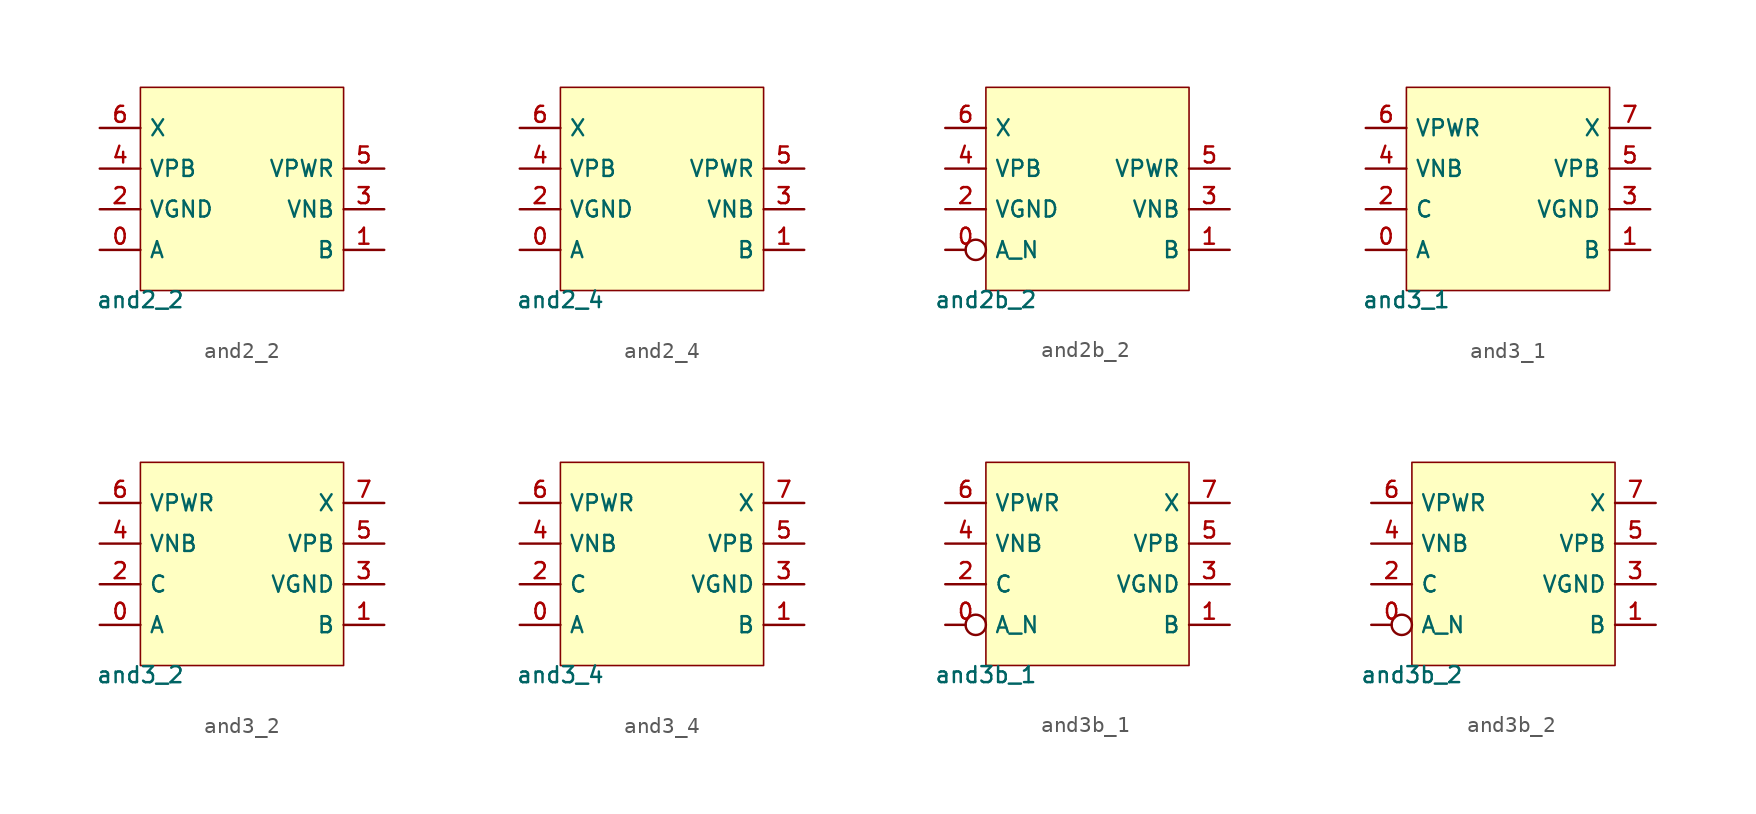
<source format=kicad_sym>
(kicad_symbol_lib
  (version 20211014)
  (generator pdk2kicad)
  (symbol "and2_2"
    (property "Reference" "X"
      (at 0 0 0)
      (effects (font (size 1 1)) hide))
    (property "Value" "and2_2"
      (at -6.35 -6.35 0)
      (effects (font (size 1 1)) (justify top)))
    (rectangle
      (start -6.35 -6.35)
      (end 6.35 6.35)
      (stroke (width 0.1) (type solid) (color 0 0 0 0))
      (fill (type background)))
    (pin bidirectional line
      (at -8.89 -3.81 0)
      (length 2.54)
      (name "A" (effects (font (size 1 1)) hide))
      (number "0" (effects (font (size 1 1)) hide)))
    (pin bidirectional line
      (at 8.89 -3.81 180)
      (length 2.54)
      (name "B" (effects (font (size 1 1)) hide))
      (number "1" (effects (font (size 1 1)) hide)))
    (pin bidirectional line
      (at -8.89 -1.27 0)
      (length 2.54)
      (name "VGND" (effects (font (size 1 1)) hide))
      (number "2" (effects (font (size 1 1)) hide)))
    (pin bidirectional line
      (at 8.89 -1.27 180)
      (length 2.54)
      (name "VNB" (effects (font (size 1 1)) hide))
      (number "3" (effects (font (size 1 1)) hide)))
    (pin bidirectional line
      (at -8.89 1.27 0)
      (length 2.54)
      (name "VPB" (effects (font (size 1 1)) hide))
      (number "4" (effects (font (size 1 1)) hide)))
    (pin bidirectional line
      (at 8.89 1.27 180)
      (length 2.54)
      (name "VPWR" (effects (font (size 1 1)) hide))
      (number "5" (effects (font (size 1 1)) hide)))
    (pin bidirectional line
      (at -8.89 3.81 0)
      (length 2.54)
      (name "X" (effects (font (size 1 1)) hide))
      (number "6" (effects (font (size 1 1)) hide))))
  (symbol "and2_4"
    (property "Reference" "X"
      (at 0 0 0)
      (effects (font (size 1 1)) hide))
    (property "Value" "and2_4"
      (at -6.35 -6.35 0)
      (effects (font (size 1 1)) (justify top)))
    (rectangle
      (start -6.35 -6.35)
      (end 6.35 6.35)
      (stroke (width 0.1) (type solid) (color 0 0 0 0))
      (fill (type background)))
    (pin bidirectional line
      (at -8.89 -3.81 0)
      (length 2.54)
      (name "A" (effects (font (size 1 1)) hide))
      (number "0" (effects (font (size 1 1)) hide)))
    (pin bidirectional line
      (at 8.89 -3.81 180)
      (length 2.54)
      (name "B" (effects (font (size 1 1)) hide))
      (number "1" (effects (font (size 1 1)) hide)))
    (pin bidirectional line
      (at -8.89 -1.27 0)
      (length 2.54)
      (name "VGND" (effects (font (size 1 1)) hide))
      (number "2" (effects (font (size 1 1)) hide)))
    (pin bidirectional line
      (at 8.89 -1.27 180)
      (length 2.54)
      (name "VNB" (effects (font (size 1 1)) hide))
      (number "3" (effects (font (size 1 1)) hide)))
    (pin bidirectional line
      (at -8.89 1.27 0)
      (length 2.54)
      (name "VPB" (effects (font (size 1 1)) hide))
      (number "4" (effects (font (size 1 1)) hide)))
    (pin bidirectional line
      (at 8.89 1.27 180)
      (length 2.54)
      (name "VPWR" (effects (font (size 1 1)) hide))
      (number "5" (effects (font (size 1 1)) hide)))
    (pin bidirectional line
      (at -8.89 3.81 0)
      (length 2.54)
      (name "X" (effects (font (size 1 1)) hide))
      (number "6" (effects (font (size 1 1)) hide))))
  (symbol "and2b_2"
    (property "Reference" "X"
      (at 0 0 0)
      (effects (font (size 1 1)) hide))
    (property "Value" "and2b_2"
      (at -6.35 -6.35 0)
      (effects (font (size 1 1)) (justify top)))
    (rectangle
      (start -6.35 -6.35)
      (end 6.35 6.35)
      (stroke (width 0.1) (type solid) (color 0 0 0 0))
      (fill (type background)))
    (pin bidirectional inverted
      (at -8.89 -3.81 0)
      (length 2.54)
      (name "A_N" (effects (font (size 1 1)) hide))
      (number "0" (effects (font (size 1 1)) hide)))
    (pin bidirectional line
      (at 8.89 -3.81 180)
      (length 2.54)
      (name "B" (effects (font (size 1 1)) hide))
      (number "1" (effects (font (size 1 1)) hide)))
    (pin bidirectional line
      (at -8.89 -1.27 0)
      (length 2.54)
      (name "VGND" (effects (font (size 1 1)) hide))
      (number "2" (effects (font (size 1 1)) hide)))
    (pin bidirectional line
      (at 8.89 -1.27 180)
      (length 2.54)
      (name "VNB" (effects (font (size 1 1)) hide))
      (number "3" (effects (font (size 1 1)) hide)))
    (pin bidirectional line
      (at -8.89 1.27 0)
      (length 2.54)
      (name "VPB" (effects (font (size 1 1)) hide))
      (number "4" (effects (font (size 1 1)) hide)))
    (pin bidirectional line
      (at 8.89 1.27 180)
      (length 2.54)
      (name "VPWR" (effects (font (size 1 1)) hide))
      (number "5" (effects (font (size 1 1)) hide)))
    (pin bidirectional line
      (at -8.89 3.81 0)
      (length 2.54)
      (name "X" (effects (font (size 1 1)) hide))
      (number "6" (effects (font (size 1 1)) hide))))
  (symbol "and3_1"
    (property "Reference" "X"
      (at 0 0 0)
      (effects (font (size 1 1)) hide))
    (property "Value" "and3_1"
      (at -6.35 -6.35 0)
      (effects (font (size 1 1)) (justify top)))
    (rectangle
      (start -6.35 -6.35)
      (end 6.35 6.35)
      (stroke (width 0.1) (type solid) (color 0 0 0 0))
      (fill (type background)))
    (pin bidirectional line
      (at -8.89 -3.81 0)
      (length 2.54)
      (name "A" (effects (font (size 1 1)) hide))
      (number "0" (effects (font (size 1 1)) hide)))
    (pin bidirectional line
      (at 8.89 -3.81 180)
      (length 2.54)
      (name "B" (effects (font (size 1 1)) hide))
      (number "1" (effects (font (size 1 1)) hide)))
    (pin bidirectional line
      (at -8.89 -1.27 0)
      (length 2.54)
      (name "C" (effects (font (size 1 1)) hide))
      (number "2" (effects (font (size 1 1)) hide)))
    (pin bidirectional line
      (at 8.89 -1.27 180)
      (length 2.54)
      (name "VGND" (effects (font (size 1 1)) hide))
      (number "3" (effects (font (size 1 1)) hide)))
    (pin bidirectional line
      (at -8.89 1.27 0)
      (length 2.54)
      (name "VNB" (effects (font (size 1 1)) hide))
      (number "4" (effects (font (size 1 1)) hide)))
    (pin bidirectional line
      (at 8.89 1.27 180)
      (length 2.54)
      (name "VPB" (effects (font (size 1 1)) hide))
      (number "5" (effects (font (size 1 1)) hide)))
    (pin bidirectional line
      (at -8.89 3.81 0)
      (length 2.54)
      (name "VPWR" (effects (font (size 1 1)) hide))
      (number "6" (effects (font (size 1 1)) hide)))
    (pin bidirectional line
      (at 8.89 3.81 180)
      (length 2.54)
      (name "X" (effects (font (size 1 1)) hide))
      (number "7" (effects (font (size 1 1)) hide))))
  (symbol "and3_2"
    (property "Reference" "X"
      (at 0 0 0)
      (effects (font (size 1 1)) hide))
    (property "Value" "and3_2"
      (at -6.35 -6.35 0)
      (effects (font (size 1 1)) (justify top)))
    (rectangle
      (start -6.35 -6.35)
      (end 6.35 6.35)
      (stroke (width 0.1) (type solid) (color 0 0 0 0))
      (fill (type background)))
    (pin bidirectional line
      (at -8.89 -3.81 0)
      (length 2.54)
      (name "A" (effects (font (size 1 1)) hide))
      (number "0" (effects (font (size 1 1)) hide)))
    (pin bidirectional line
      (at 8.89 -3.81 180)
      (length 2.54)
      (name "B" (effects (font (size 1 1)) hide))
      (number "1" (effects (font (size 1 1)) hide)))
    (pin bidirectional line
      (at -8.89 -1.27 0)
      (length 2.54)
      (name "C" (effects (font (size 1 1)) hide))
      (number "2" (effects (font (size 1 1)) hide)))
    (pin bidirectional line
      (at 8.89 -1.27 180)
      (length 2.54)
      (name "VGND" (effects (font (size 1 1)) hide))
      (number "3" (effects (font (size 1 1)) hide)))
    (pin bidirectional line
      (at -8.89 1.27 0)
      (length 2.54)
      (name "VNB" (effects (font (size 1 1)) hide))
      (number "4" (effects (font (size 1 1)) hide)))
    (pin bidirectional line
      (at 8.89 1.27 180)
      (length 2.54)
      (name "VPB" (effects (font (size 1 1)) hide))
      (number "5" (effects (font (size 1 1)) hide)))
    (pin bidirectional line
      (at -8.89 3.81 0)
      (length 2.54)
      (name "VPWR" (effects (font (size 1 1)) hide))
      (number "6" (effects (font (size 1 1)) hide)))
    (pin bidirectional line
      (at 8.89 3.81 180)
      (length 2.54)
      (name "X" (effects (font (size 1 1)) hide))
      (number "7" (effects (font (size 1 1)) hide))))
  (symbol "and3_4"
    (property "Reference" "X"
      (at 0 0 0)
      (effects (font (size 1 1)) hide))
    (property "Value" "and3_4"
      (at -6.35 -6.35 0)
      (effects (font (size 1 1)) (justify top)))
    (rectangle
      (start -6.35 -6.35)
      (end 6.35 6.35)
      (stroke (width 0.1) (type solid) (color 0 0 0 0))
      (fill (type background)))
    (pin bidirectional line
      (at -8.89 -3.81 0)
      (length 2.54)
      (name "A" (effects (font (size 1 1)) hide))
      (number "0" (effects (font (size 1 1)) hide)))
    (pin bidirectional line
      (at 8.89 -3.81 180)
      (length 2.54)
      (name "B" (effects (font (size 1 1)) hide))
      (number "1" (effects (font (size 1 1)) hide)))
    (pin bidirectional line
      (at -8.89 -1.27 0)
      (length 2.54)
      (name "C" (effects (font (size 1 1)) hide))
      (number "2" (effects (font (size 1 1)) hide)))
    (pin bidirectional line
      (at 8.89 -1.27 180)
      (length 2.54)
      (name "VGND" (effects (font (size 1 1)) hide))
      (number "3" (effects (font (size 1 1)) hide)))
    (pin bidirectional line
      (at -8.89 1.27 0)
      (length 2.54)
      (name "VNB" (effects (font (size 1 1)) hide))
      (number "4" (effects (font (size 1 1)) hide)))
    (pin bidirectional line
      (at 8.89 1.27 180)
      (length 2.54)
      (name "VPB" (effects (font (size 1 1)) hide))
      (number "5" (effects (font (size 1 1)) hide)))
    (pin bidirectional line
      (at -8.89 3.81 0)
      (length 2.54)
      (name "VPWR" (effects (font (size 1 1)) hide))
      (number "6" (effects (font (size 1 1)) hide)))
    (pin bidirectional line
      (at 8.89 3.81 180)
      (length 2.54)
      (name "X" (effects (font (size 1 1)) hide))
      (number "7" (effects (font (size 1 1)) hide))))
  (symbol "and3b_1"
    (property "Reference" "X"
      (at 0 0 0)
      (effects (font (size 1 1)) hide))
    (property "Value" "and3b_1"
      (at -6.35 -6.35 0)
      (effects (font (size 1 1)) (justify top)))
    (rectangle
      (start -6.35 -6.35)
      (end 6.35 6.35)
      (stroke (width 0.1) (type solid) (color 0 0 0 0))
      (fill (type background)))
    (pin bidirectional inverted
      (at -8.89 -3.81 0)
      (length 2.54)
      (name "A_N" (effects (font (size 1 1)) hide))
      (number "0" (effects (font (size 1 1)) hide)))
    (pin bidirectional line
      (at 8.89 -3.81 180)
      (length 2.54)
      (name "B" (effects (font (size 1 1)) hide))
      (number "1" (effects (font (size 1 1)) hide)))
    (pin bidirectional line
      (at -8.89 -1.27 0)
      (length 2.54)
      (name "C" (effects (font (size 1 1)) hide))
      (number "2" (effects (font (size 1 1)) hide)))
    (pin bidirectional line
      (at 8.89 -1.27 180)
      (length 2.54)
      (name "VGND" (effects (font (size 1 1)) hide))
      (number "3" (effects (font (size 1 1)) hide)))
    (pin bidirectional line
      (at -8.89 1.27 0)
      (length 2.54)
      (name "VNB" (effects (font (size 1 1)) hide))
      (number "4" (effects (font (size 1 1)) hide)))
    (pin bidirectional line
      (at 8.89 1.27 180)
      (length 2.54)
      (name "VPB" (effects (font (size 1 1)) hide))
      (number "5" (effects (font (size 1 1)) hide)))
    (pin bidirectional line
      (at -8.89 3.81 0)
      (length 2.54)
      (name "VPWR" (effects (font (size 1 1)) hide))
      (number "6" (effects (font (size 1 1)) hide)))
    (pin bidirectional line
      (at 8.89 3.81 180)
      (length 2.54)
      (name "X" (effects (font (size 1 1)) hide))
      (number "7" (effects (font (size 1 1)) hide))))
  (symbol "and3b_2"
    (property "Reference" "X"
      (at 0 0 0)
      (effects (font (size 1 1)) hide))
    (property "Value" "and3b_2"
      (at -6.35 -6.35 0)
      (effects (font (size 1 1)) (justify top)))
    (rectangle
      (start -6.35 -6.35)
      (end 6.35 6.35)
      (stroke (width 0.1) (type solid) (color 0 0 0 0))
      (fill (type background)))
    (pin bidirectional inverted
      (at -8.89 -3.81 0)
      (length 2.54)
      (name "A_N" (effects (font (size 1 1)) hide))
      (number "0" (effects (font (size 1 1)) hide)))
    (pin bidirectional line
      (at 8.89 -3.81 180)
      (length 2.54)
      (name "B" (effects (font (size 1 1)) hide))
      (number "1" (effects (font (size 1 1)) hide)))
    (pin bidirectional line
      (at -8.89 -1.27 0)
      (length 2.54)
      (name "C" (effects (font (size 1 1)) hide))
      (number "2" (effects (font (size 1 1)) hide)))
    (pin bidirectional line
      (at 8.89 -1.27 180)
      (length 2.54)
      (name "VGND" (effects (font (size 1 1)) hide))
      (number "3" (effects (font (size 1 1)) hide)))
    (pin bidirectional line
      (at -8.89 1.27 0)
      (length 2.54)
      (name "VNB" (effects (font (size 1 1)) hide))
      (number "4" (effects (font (size 1 1)) hide)))
    (pin bidirectional line
      (at 8.89 1.27 180)
      (length 2.54)
      (name "VPB" (effects (font (size 1 1)) hide))
      (number "5" (effects (font (size 1 1)) hide)))
    (pin bidirectional line
      (at -8.89 3.81 0)
      (length 2.54)
      (name "VPWR" (effects (font (size 1 1)) hide))
      (number "6" (effects (font (size 1 1)) hide)))
    (pin bidirectional line
      (at 8.89 3.81 180)
      (length 2.54)
      (name "X" (effects (font (size 1 1)) hide))
      (number "7" (effects (font (size 1 1)) hide)))))
</source>
